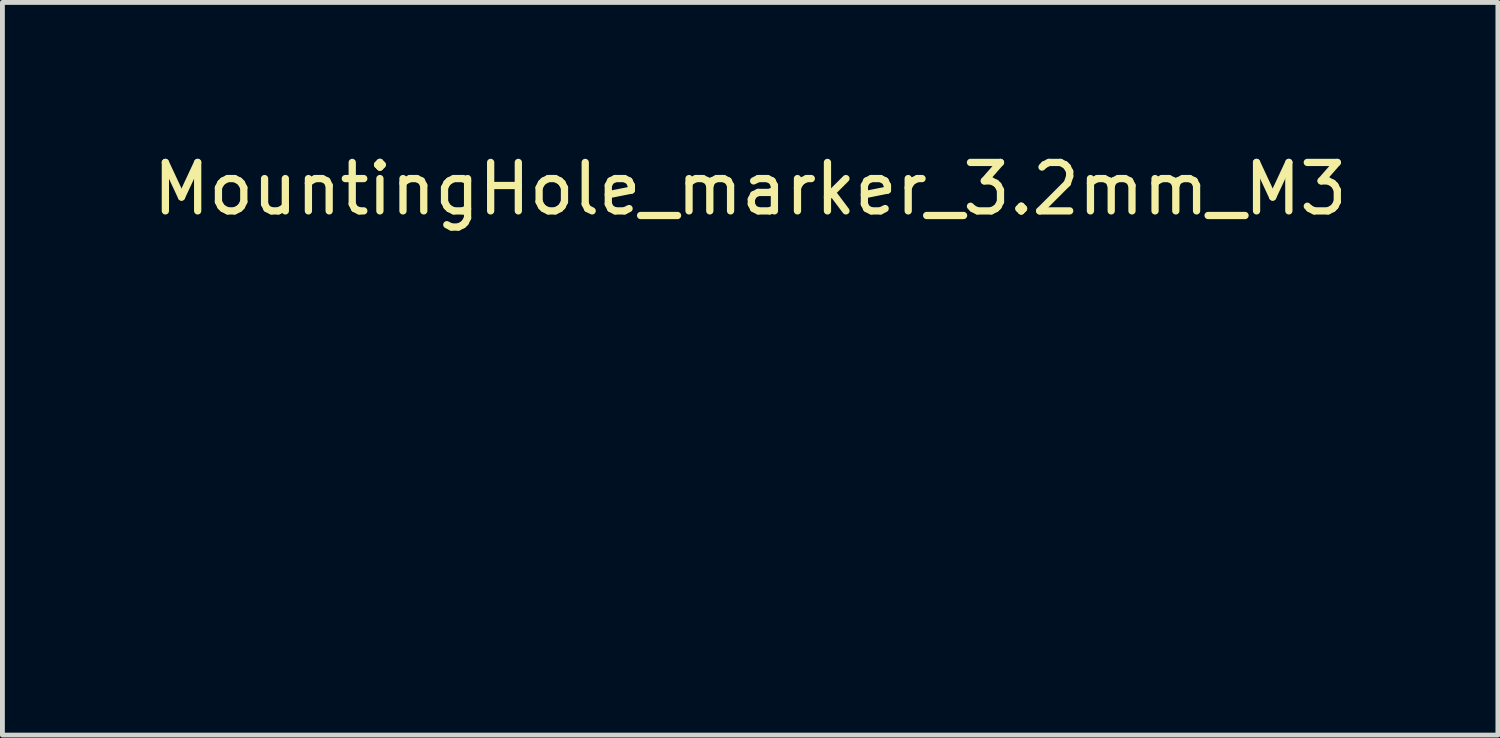
<source format=kicad_pcb>
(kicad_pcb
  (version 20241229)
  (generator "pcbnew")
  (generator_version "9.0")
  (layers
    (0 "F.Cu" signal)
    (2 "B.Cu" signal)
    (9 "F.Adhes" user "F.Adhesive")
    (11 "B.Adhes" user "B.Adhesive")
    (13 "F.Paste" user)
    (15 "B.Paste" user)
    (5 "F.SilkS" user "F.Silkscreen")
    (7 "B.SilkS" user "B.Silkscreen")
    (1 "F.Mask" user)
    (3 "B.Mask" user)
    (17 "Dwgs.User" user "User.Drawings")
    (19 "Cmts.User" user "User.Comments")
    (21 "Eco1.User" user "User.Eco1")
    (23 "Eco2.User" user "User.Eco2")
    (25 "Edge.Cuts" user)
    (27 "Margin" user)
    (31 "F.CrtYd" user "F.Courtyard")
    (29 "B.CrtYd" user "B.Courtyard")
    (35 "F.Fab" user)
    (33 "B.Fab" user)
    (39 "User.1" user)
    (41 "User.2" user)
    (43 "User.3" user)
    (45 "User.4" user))
  (footprint "MountingHole_marker_3.2mm_M3"
    (layer "F.Cu")
    (at 12.435 5.048)
    (property "Reference" "MountingHole_marker_3.2mm_M3" (at 0 -4.2 0) (layer "F.SilkS") (effects (font (size 1 1) (thickness 0.15))))
    (attr through_hole)
    (fp_line (start -4 0) (end 4 0) (stroke (width 0.15) (type solid)) (layer "Eco1.User"))
    (fp_line (start 0 -4) (end 0 4) (stroke (width 0.15) (type solid)) (layer "Eco1.User"))
    (fp_circle (center 0 0) (end 3.2 0) (stroke (width 0.15) (type solid)) (fill no) (layer "Eco1.User"))
    (fp_circle (center 0 0) (end 3.45 0) (stroke (width 0.05) (type solid)) (fill no) (layer "Eco1.User"))
    (pad "" smd circle (at 0 0) (size 3.2 3.2) (layers "Eco1.User")))
  (gr_rect
    (start -3 -3)
    (end 27.869 12.123)
    (stroke (width 0.1) (type default))
    (fill no)
    (layer "Edge.Cuts")))
</source>
